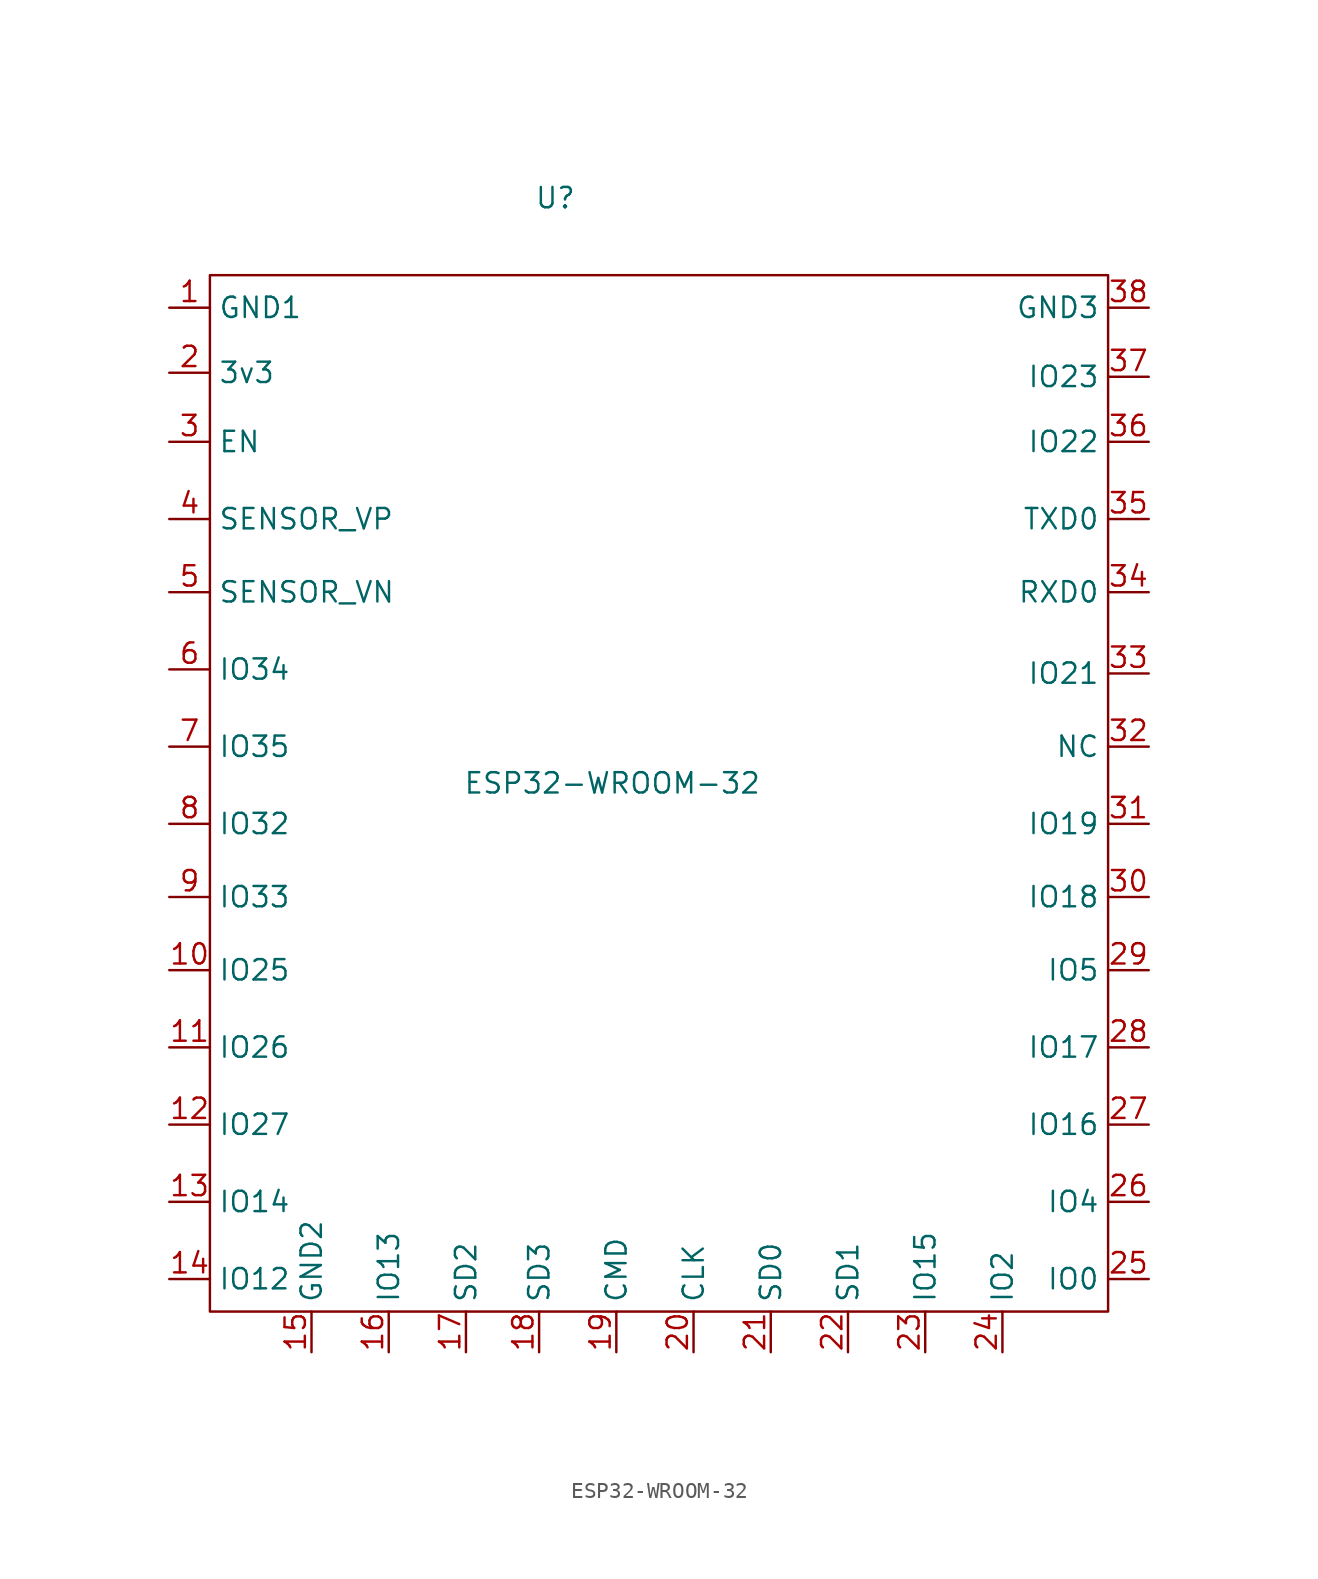
<source format=kicad_sym>
(kicad_symbol_lib
  (version 20210619)
  (generator kicad_symbol_editor)
  (symbol "ESP32-WROOM-32:ESP32-WROOM-32"
    (property "Reference" "U"
      (at -4.572 36.576 0)
      (effects (font (size 1.27 1.27))))
    (property "Value" "ESP32-WROOM-32"
      (at -1.016 0 0)
      (effects (font (size 1.27 1.27))))
    (symbol "ESP32-WROOM-32_0_1"
      (rectangle (start -26.162 31.75) (end 29.972 -33.02) (stroke (width 0.152)) (fill (type none))))
    (symbol "ESP32-WROOM-32_1_1"
      (pin bidirectional line (at -28.702 29.718 0) (length 2.54) (name "GND1" (effects (font (size 1.27 1.27)))) (number "1" (effects (font (size 1.27 1.27)))))
      (pin bidirectional line (at -28.702 -11.684 0) (length 2.54) (name "IO25" (effects (font (size 1.27 1.27)))) (number "10" (effects (font (size 1.27 1.27)))))
      (pin bidirectional line (at -28.702 -16.51 0) (length 2.54) (name "IO26" (effects (font (size 1.27 1.27)))) (number "11" (effects (font (size 1.27 1.27)))))
      (pin bidirectional line (at -28.702 -21.336 0) (length 2.54) (name "IO27" (effects (font (size 1.27 1.27)))) (number "12" (effects (font (size 1.27 1.27)))))
      (pin bidirectional line (at -28.702 -26.162 0) (length 2.54) (name "IO14" (effects (font (size 1.27 1.27)))) (number "13" (effects (font (size 1.27 1.27)))))
      (pin bidirectional line (at -28.702 -30.988 0) (length 2.54) (name "IO12" (effects (font (size 1.27 1.27)))) (number "14" (effects (font (size 1.27 1.27)))))
      (pin bidirectional line (at -19.812 -35.56 90) (length 2.54) (name "GND2" (effects (font (size 1.27 1.27)))) (number "15" (effects (font (size 1.27 1.27)))))
      (pin bidirectional line (at -14.986 -35.56 90) (length 2.54) (name "IO13" (effects (font (size 1.27 1.27)))) (number "16" (effects (font (size 1.27 1.27)))))
      (pin bidirectional line (at -10.16 -35.56 90) (length 2.54) (name "SD2" (effects (font (size 1.27 1.27)))) (number "17" (effects (font (size 1.27 1.27)))))
      (pin bidirectional line (at -5.588 -35.56 90) (length 2.54) (name "SD3" (effects (font (size 1.27 1.27)))) (number "18" (effects (font (size 1.27 1.27)))))
      (pin bidirectional line (at -0.762 -35.56 90) (length 2.54) (name "CMD" (effects (font (size 1.27 1.27)))) (number "19" (effects (font (size 1.27 1.27)))))
      (pin bidirectional line (at -28.702 25.654 0) (length 2.54) (name "3v3" (effects (font (size 1.27 1.27)))) (number "2" (effects (font (size 1.27 1.27)))))
      (pin bidirectional line (at 4.064 -35.56 90) (length 2.54) (name "CLK" (effects (font (size 1.27 1.27)))) (number "20" (effects (font (size 1.27 1.27)))))
      (pin bidirectional line (at 8.89 -35.56 90) (length 2.54) (name "SD0" (effects (font (size 1.27 1.27)))) (number "21" (effects (font (size 1.27 1.27)))))
      (pin bidirectional line (at 13.716 -35.56 90) (length 2.54) (name "SD1" (effects (font (size 1.27 1.27)))) (number "22" (effects (font (size 1.27 1.27)))))
      (pin bidirectional line (at 18.542 -35.56 90) (length 2.54) (name "IO15" (effects (font (size 1.27 1.27)))) (number "23" (effects (font (size 1.27 1.27)))))
      (pin bidirectional line (at 23.368 -35.56 90) (length 2.54) (name "IO2" (effects (font (size 1.27 1.27)))) (number "24" (effects (font (size 1.27 1.27)))))
      (pin bidirectional line (at 32.512 -30.988 180) (length 2.54) (name "IO0" (effects (font (size 1.27 1.27)))) (number "25" (effects (font (size 1.27 1.27)))))
      (pin bidirectional line (at 32.512 -26.162 180) (length 2.54) (name "IO4" (effects (font (size 1.27 1.27)))) (number "26" (effects (font (size 1.27 1.27)))))
      (pin bidirectional line (at 32.512 -21.336 180) (length 2.54) (name "IO16" (effects (font (size 1.27 1.27)))) (number "27" (effects (font (size 1.27 1.27)))))
      (pin bidirectional line (at 32.512 -16.51 180) (length 2.54) (name "IO17" (effects (font (size 1.27 1.27)))) (number "28" (effects (font (size 1.27 1.27)))))
      (pin bidirectional line (at 32.512 -11.684 180) (length 2.54) (name "IO5" (effects (font (size 1.27 1.27)))) (number "29" (effects (font (size 1.27 1.27)))))
      (pin bidirectional line (at -28.702 21.336 0) (length 2.54) (name "EN" (effects (font (size 1.27 1.27)))) (number "3" (effects (font (size 1.27 1.27)))))
      (pin bidirectional line (at 32.512 -7.112 180) (length 2.54) (name "IO18" (effects (font (size 1.27 1.27)))) (number "30" (effects (font (size 1.27 1.27)))))
      (pin bidirectional line (at 32.512 -2.54 180) (length 2.54) (name "IO19" (effects (font (size 1.27 1.27)))) (number "31" (effects (font (size 1.27 1.27)))))
      (pin bidirectional line (at 32.512 2.286 180) (length 2.54) (name "NC" (effects (font (size 1.27 1.27)))) (number "32" (effects (font (size 1.27 1.27)))))
      (pin bidirectional line (at 32.512 6.858 180) (length 2.54) (name "IO21" (effects (font (size 1.27 1.27)))) (number "33" (effects (font (size 1.27 1.27)))))
      (pin bidirectional line (at 32.512 11.938 180) (length 2.54) (name "RXD0" (effects (font (size 1.27 1.27)))) (number "34" (effects (font (size 1.27 1.27)))))
      (pin bidirectional line (at 32.512 16.51 180) (length 2.54) (name "TXD0" (effects (font (size 1.27 1.27)))) (number "35" (effects (font (size 1.27 1.27)))))
      (pin bidirectional line (at 32.512 21.336 180) (length 2.54) (name "IO22" (effects (font (size 1.27 1.27)))) (number "36" (effects (font (size 1.27 1.27)))))
      (pin bidirectional line (at 32.512 25.4 180) (length 2.54) (name "IO23" (effects (font (size 1.27 1.27)))) (number "37" (effects (font (size 1.27 1.27)))))
      (pin bidirectional line (at 32.512 29.718 180) (length 2.54) (name "GND3" (effects (font (size 1.27 1.27)))) (number "38" (effects (font (size 1.27 1.27)))))
      (pin bidirectional line (at 0.508 34.29 270) (length 2.54) hide (name "P_GND" (effects (font (size 1.27 1.27)))) (number "39" (effects (font (size 1.27 1.27)))))
      (pin bidirectional line (at -28.702 16.51 0) (length 2.54) (name "SENSOR_VP" (effects (font (size 1.27 1.27)))) (number "4" (effects (font (size 1.27 1.27)))))
      (pin bidirectional line (at -28.702 11.938 0) (length 2.54) (name "SENSOR_VN" (effects (font (size 1.27 1.27)))) (number "5" (effects (font (size 1.27 1.27)))))
      (pin bidirectional line (at -28.702 7.112 0) (length 2.54) (name "IO34" (effects (font (size 1.27 1.27)))) (number "6" (effects (font (size 1.27 1.27)))))
      (pin bidirectional line (at -28.702 2.286 0) (length 2.54) (name "IO35" (effects (font (size 1.27 1.27)))) (number "7" (effects (font (size 1.27 1.27)))))
      (pin bidirectional line (at -28.702 -2.54 0) (length 2.54) (name "IO32" (effects (font (size 1.27 1.27)))) (number "8" (effects (font (size 1.27 1.27)))))
      (pin bidirectional line (at -28.702 -7.112 0) (length 2.54) (name "IO33" (effects (font (size 1.27 1.27)))) (number "9" (effects (font (size 1.27 1.27))))))))
</source>
